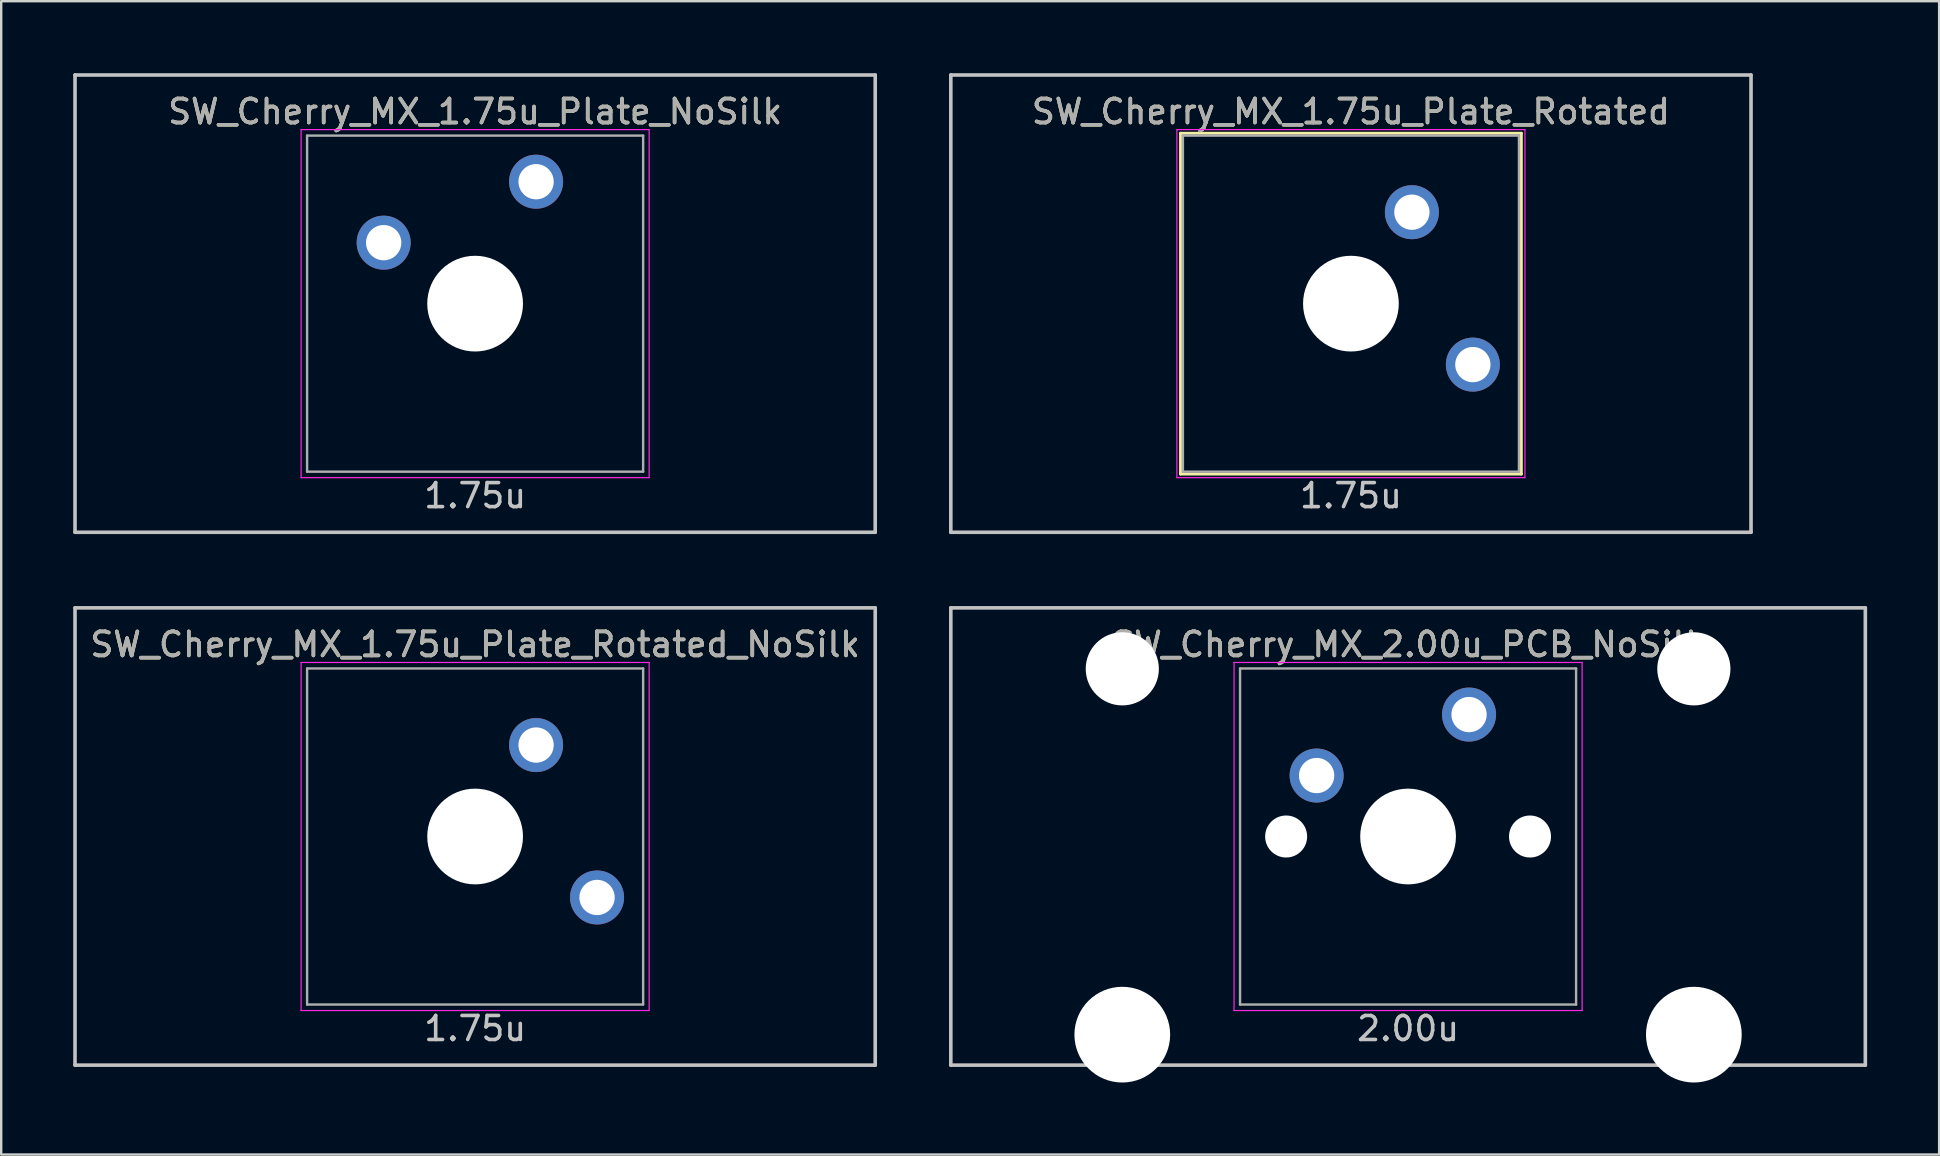
<source format=kicad_pcb>
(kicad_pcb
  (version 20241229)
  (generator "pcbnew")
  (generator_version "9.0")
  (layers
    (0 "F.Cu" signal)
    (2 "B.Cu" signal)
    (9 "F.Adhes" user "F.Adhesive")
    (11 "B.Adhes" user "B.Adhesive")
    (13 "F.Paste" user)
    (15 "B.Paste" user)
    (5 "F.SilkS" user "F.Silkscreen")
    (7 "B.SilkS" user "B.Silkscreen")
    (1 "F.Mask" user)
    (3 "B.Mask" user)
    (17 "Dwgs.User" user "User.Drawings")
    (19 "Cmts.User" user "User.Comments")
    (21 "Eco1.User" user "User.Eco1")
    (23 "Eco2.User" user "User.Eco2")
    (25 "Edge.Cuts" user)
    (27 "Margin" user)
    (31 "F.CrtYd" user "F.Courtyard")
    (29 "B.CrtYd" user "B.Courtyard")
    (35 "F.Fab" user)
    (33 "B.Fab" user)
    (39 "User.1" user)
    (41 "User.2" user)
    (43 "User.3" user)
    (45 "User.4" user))
  (footprint "SW_Cherry_MX_1.75u_Plate_Rotated_NoSilk"
    (layer "F.Cu")
    (at 16.744 31.8)
    (property "Reference" "SW_Cherry_MX_1.75u_Plate_Rotated_NoSilk" (at 0 -8 0) (layer "F.SilkS") (effects (font (size 1 1) (thickness 0.15))))
    (attr through_hole)
    (fp_line (start -16.669 9.525) (end -16.669 -9.525) (stroke (width 0.15) (type solid)) (layer "Dwgs.User"))
    (fp_line (start 16.669 -9.525) (end -16.669 -9.525) (stroke (width 0.15) (type solid)) (layer "Dwgs.User"))
    (fp_line (start 16.669 -9.525) (end 16.669 9.525) (stroke (width 0.15) (type solid)) (layer "Dwgs.User"))
    (fp_line (start 16.669 9.525) (end -16.669 9.525) (stroke (width 0.15) (type solid)) (layer "Dwgs.User"))
    (fp_line (start -7.25 -7.25) (end 7.25 -7.25) (stroke (width 0.05) (type solid)) (layer "F.CrtYd"))
    (fp_line (start -7.25 7.25) (end -7.25 -7.25) (stroke (width 0.05) (type solid)) (layer "F.CrtYd"))
    (fp_line (start 7.25 -7.25) (end 7.25 7.25) (stroke (width 0.05) (type solid)) (layer "F.CrtYd"))
    (fp_line (start 7.25 7.25) (end -7.25 7.25) (stroke (width 0.05) (type solid)) (layer "F.CrtYd"))
    (fp_line (start -7 -7) (end 7 -7) (stroke (width 0.1) (type solid)) (layer "F.Fab"))
    (fp_line (start -7 7) (end -7 -7) (stroke (width 0.1) (type solid)) (layer "F.Fab"))
    (fp_line (start 7 -7) (end 7 7) (stroke (width 0.1) (type solid)) (layer "F.Fab"))
    (fp_line (start 7 7) (end -7 7) (stroke (width 0.1) (type solid)) (layer "F.Fab"))
    (fp_text user "1.75u" (at 0 8 0) (layer "Dwgs.User") (effects (font (size 1 1) (thickness 0.15))))
    (fp_text user "${REFERENCE}" (at 0 -8 0) (layer "F.Fab") (effects (font (size 1 1) (thickness 0.15))))
    (pad "" np_thru_hole circle (at 0 0 270) (size 3.988 3.988) (drill 3.988) (layers "*.Cu" "*.Mask"))
    (pad "1" thru_hole circle (at 2.54 -3.81 270) (size 2.25 2.25) (drill 1.47) (layers "*.Cu" "B.Mask"))
    (pad "2" thru_hole circle (at 5.08 2.54 270) (size 2.25 2.25) (drill 1.47) (layers "*.Cu" "B.Mask")))
  (footprint "SW_Cherry_MX_1.75u_Plate_NoSilk"
    (layer "F.Cu")
    (at 16.744 9.6)
    (property "Reference" "SW_Cherry_MX_1.75u_Plate_NoSilk" (at 0 -8 0) (layer "F.SilkS") (effects (font (size 1 1) (thickness 0.15))))
    (attr through_hole)
    (fp_line (start -16.669 -9.525) (end 16.669 -9.525) (stroke (width 0.15) (type solid)) (layer "Dwgs.User"))
    (fp_line (start -16.669 9.525) (end -16.669 -9.525) (stroke (width 0.15) (type solid)) (layer "Dwgs.User"))
    (fp_line (start -16.669 9.525) (end 16.669 9.525) (stroke (width 0.15) (type solid)) (layer "Dwgs.User"))
    (fp_line (start 16.669 -9.525) (end 16.669 9.525) (stroke (width 0.15) (type solid)) (layer "Dwgs.User"))
    (fp_line (start -7.25 -7.25) (end 7.25 -7.25) (stroke (width 0.05) (type solid)) (layer "F.CrtYd"))
    (fp_line (start -7.25 7.25) (end -7.25 -7.25) (stroke (width 0.05) (type solid)) (layer "F.CrtYd"))
    (fp_line (start 7.25 -7.25) (end 7.25 7.25) (stroke (width 0.05) (type solid)) (layer "F.CrtYd"))
    (fp_line (start 7.25 7.25) (end -7.25 7.25) (stroke (width 0.05) (type solid)) (layer "F.CrtYd"))
    (fp_line (start -7 -7) (end 7 -7) (stroke (width 0.1) (type solid)) (layer "F.Fab"))
    (fp_line (start -7 7) (end -7 -7) (stroke (width 0.1) (type solid)) (layer "F.Fab"))
    (fp_line (start 7 -7) (end 7 7) (stroke (width 0.1) (type solid)) (layer "F.Fab"))
    (fp_line (start 7 7) (end -7 7) (stroke (width 0.1) (type solid)) (layer "F.Fab"))
    (fp_text user "1.75u" (at 0 8 0) (layer "Dwgs.User") (effects (font (size 1 1) (thickness 0.15))))
    (fp_text user "${REFERENCE}" (at 0 -8 0) (layer "F.Fab") (effects (font (size 1 1) (thickness 0.15))))
    (pad "" np_thru_hole circle (at 0 0) (size 3.988 3.988) (drill 3.988) (layers "*.Cu" "*.Mask"))
    (pad "1" thru_hole circle (at -3.81 -2.54) (size 2.25 2.25) (drill 1.47) (layers "*.Cu" "B.Mask"))
    (pad "2" thru_hole circle (at 2.54 -5.08) (size 2.25 2.25) (drill 1.47) (layers "*.Cu" "B.Mask")))
  (footprint "SW_Cherry_MX_1.75u_Plate_Rotated"
    (layer "F.Cu")
    (at 53.231 9.6)
    (property "Reference" "SW_Cherry_MX_1.75u_Plate_Rotated" (at 0 -8 0) (layer "F.SilkS") (effects (font (size 1 1) (thickness 0.15))))
    (attr through_hole)
    (fp_line (start -7.1 -7.1) (end 7.1 -7.1) (stroke (width 0.12) (type solid)) (layer "F.SilkS"))
    (fp_line (start -7.1 7.1) (end -7.1 -7.1) (stroke (width 0.12) (type solid)) (layer "F.SilkS"))
    (fp_line (start 7.1 -7.1) (end 7.1 7.1) (stroke (width 0.12) (type solid)) (layer "F.SilkS"))
    (fp_line (start 7.1 7.1) (end -7.1 7.1) (stroke (width 0.12) (type solid)) (layer "F.SilkS"))
    (fp_line (start -16.669 9.525) (end -16.669 -9.525) (stroke (width 0.15) (type solid)) (layer "Dwgs.User"))
    (fp_line (start 16.669 -9.525) (end -16.669 -9.525) (stroke (width 0.15) (type solid)) (layer "Dwgs.User"))
    (fp_line (start 16.669 -9.525) (end 16.669 9.525) (stroke (width 0.15) (type solid)) (layer "Dwgs.User"))
    (fp_line (start 16.669 9.525) (end -16.669 9.525) (stroke (width 0.15) (type solid)) (layer "Dwgs.User"))
    (fp_line (start -7.25 -7.25) (end 7.25 -7.25) (stroke (width 0.05) (type solid)) (layer "F.CrtYd"))
    (fp_line (start -7.25 7.25) (end -7.25 -7.25) (stroke (width 0.05) (type solid)) (layer "F.CrtYd"))
    (fp_line (start 7.25 -7.25) (end 7.25 7.25) (stroke (width 0.05) (type solid)) (layer "F.CrtYd"))
    (fp_line (start 7.25 7.25) (end -7.25 7.25) (stroke (width 0.05) (type solid)) (layer "F.CrtYd"))
    (fp_line (start -7 -7) (end 7 -7) (stroke (width 0.1) (type solid)) (layer "F.Fab"))
    (fp_line (start -7 7) (end -7 -7) (stroke (width 0.1) (type solid)) (layer "F.Fab"))
    (fp_line (start 7 -7) (end 7 7) (stroke (width 0.1) (type solid)) (layer "F.Fab"))
    (fp_line (start 7 7) (end -7 7) (stroke (width 0.1) (type solid)) (layer "F.Fab"))
    (fp_text user "1.75u" (at 0 8 0) (layer "Dwgs.User") (effects (font (size 1 1) (thickness 0.15))))
    (fp_text user "${REFERENCE}" (at 0 -8 0) (layer "F.Fab") (effects (font (size 1 1) (thickness 0.15))))
    (pad "" np_thru_hole circle (at 0 0 270) (size 3.988 3.988) (drill 3.988) (layers "*.Cu" "*.Mask"))
    (pad "1" thru_hole circle (at 2.54 -3.81 270) (size 2.25 2.25) (drill 1.47) (layers "*.Cu" "B.Mask"))
    (pad "2" thru_hole circle (at 5.08 2.54 270) (size 2.25 2.25) (drill 1.47) (layers "*.Cu" "B.Mask")))
  (footprint "SW_Cherry_MX_2.00u_PCB_NoSilk"
    (layer "F.Cu")
    (at 55.612 31.8)
    (property "Reference" "SW_Cherry_MX_2.00u_PCB_NoSilk" (at 0 -8 0) (layer "F.SilkS") (effects (font (size 1 1) (thickness 0.15))))
    (attr through_hole)
    (fp_line (start -19.05 -9.525) (end 19.05 -9.525) (stroke (width 0.15) (type solid)) (layer "Dwgs.User"))
    (fp_line (start -19.05 9.525) (end -19.05 -9.525) (stroke (width 0.15) (type solid)) (layer "Dwgs.User"))
    (fp_line (start -19.05 9.525) (end 19.05 9.525) (stroke (width 0.15) (type solid)) (layer "Dwgs.User"))
    (fp_line (start 19.05 -9.525) (end 19.05 9.525) (stroke (width 0.15) (type solid)) (layer "Dwgs.User"))
    (fp_line (start -7.25 -7.25) (end 7.25 -7.25) (stroke (width 0.05) (type solid)) (layer "F.CrtYd"))
    (fp_line (start -7.25 7.25) (end -7.25 -7.25) (stroke (width 0.05) (type solid)) (layer "F.CrtYd"))
    (fp_line (start 7.25 -7.25) (end 7.25 7.25) (stroke (width 0.05) (type solid)) (layer "F.CrtYd"))
    (fp_line (start 7.25 7.25) (end -7.25 7.25) (stroke (width 0.05) (type solid)) (layer "F.CrtYd"))
    (fp_line (start -7 -7) (end 7 -7) (stroke (width 0.1) (type solid)) (layer "F.Fab"))
    (fp_line (start -7 7) (end -7 -7) (stroke (width 0.1) (type solid)) (layer "F.Fab"))
    (fp_line (start 7 -7) (end 7 7) (stroke (width 0.1) (type solid)) (layer "F.Fab"))
    (fp_line (start 7 7) (end -7 7) (stroke (width 0.1) (type solid)) (layer "F.Fab"))
    (fp_text user "2.00u" (at 0 8 0) (layer "Dwgs.User") (effects (font (size 1 1) (thickness 0.15))))
    (fp_text user "${REFERENCE}" (at 0 -8 0) (layer "F.Fab") (effects (font (size 1 1) (thickness 0.15))))
    (pad "" np_thru_hole circle (at -11.906 -6.985) (size 3.048 3.048) (drill 3.048) (layers "*.Cu" "*.Mask"))
    (pad "" np_thru_hole circle (at -11.906 8.255) (size 3.988 3.988) (drill 3.988) (layers "*.Cu" "*.Mask"))
    (pad "" np_thru_hole circle (at -5.08 0 48.1) (size 1.75 1.75) (drill 1.75) (layers "*.Cu" "*.Mask"))
    (pad "" np_thru_hole circle (at 0 0) (size 3.988 3.988) (drill 3.988) (layers "*.Cu" "*.Mask"))
    (pad "" np_thru_hole circle (at 5.08 0 48.1) (size 1.75 1.75) (drill 1.75) (layers "*.Cu" "*.Mask"))
    (pad "" np_thru_hole circle (at 11.906 -6.985) (size 3.048 3.048) (drill 3.048) (layers "*.Cu" "*.Mask"))
    (pad "" np_thru_hole circle (at 11.906 8.255) (size 3.988 3.988) (drill 3.988) (layers "*.Cu" "*.Mask"))
    (pad "1" thru_hole circle (at -3.81 -2.54) (size 2.25 2.25) (drill 1.47) (layers "*.Cu" "B.Mask"))
    (pad "2" thru_hole circle (at 2.54 -5.08) (size 2.25 2.25) (drill 1.47) (layers "*.Cu" "B.Mask")))
  (gr_rect
    (start -3 -3)
    (end 77.737 45.049)
    (stroke (width 0.1) (type default))
    (fill no)
    (layer "Edge.Cuts")))
</source>
